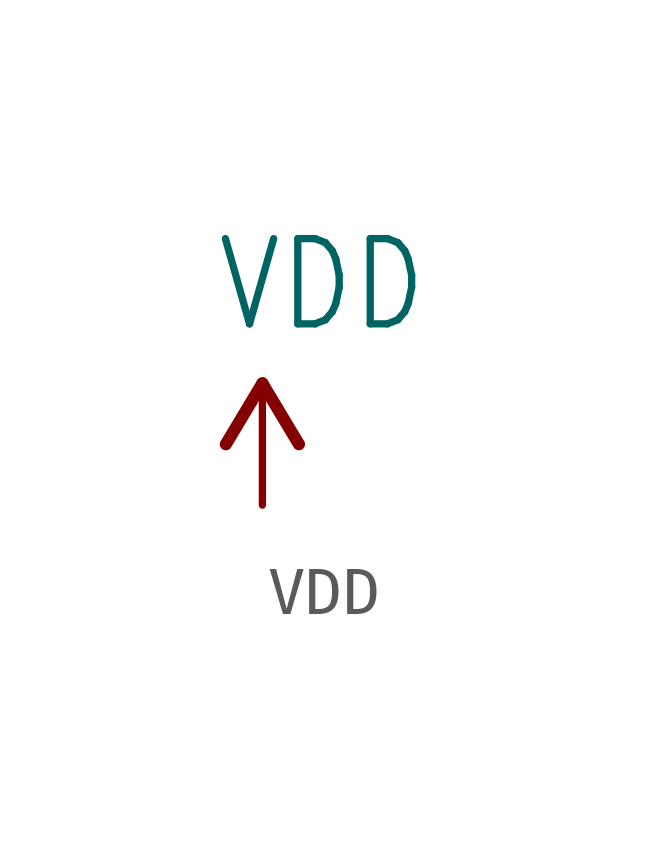
<source format=kicad_sym>
(kicad_symbol_lib
  (version 20220914)
  (generator kicad_symbol_editor)
  (symbol "VDD"
    (power)
    (property "Reference" "#SUPPLY"
      (at 0 0 0)
      (effects (font (size 1.27 1.27)) hide))
    (property "Value" "VDD"
      (at -1.016 3.556 0)
      (effects (font (size 1.778 1.511)) (justify left bottom)))
    (property "ki_locked" ""
      (at 0 0 0)
      (effects (font (size 1.27 1.27))))
    (symbol "VDD_1_0"
      (polyline (pts (xy 0 2.54) (xy -0.762 1.27)) (stroke (width 0.254) (type solid)) (fill (type none)))
      (polyline (pts (xy 0.762 1.27) (xy 0 2.54)) (stroke (width 0.254) (type solid)) (fill (type none)))
      (pin power_in line (at 0 0 90) (length 2.54) (name "VDD" (effects (font (size 0 0)))) (number "1" (effects (font (size 0 0))))))))
</source>
